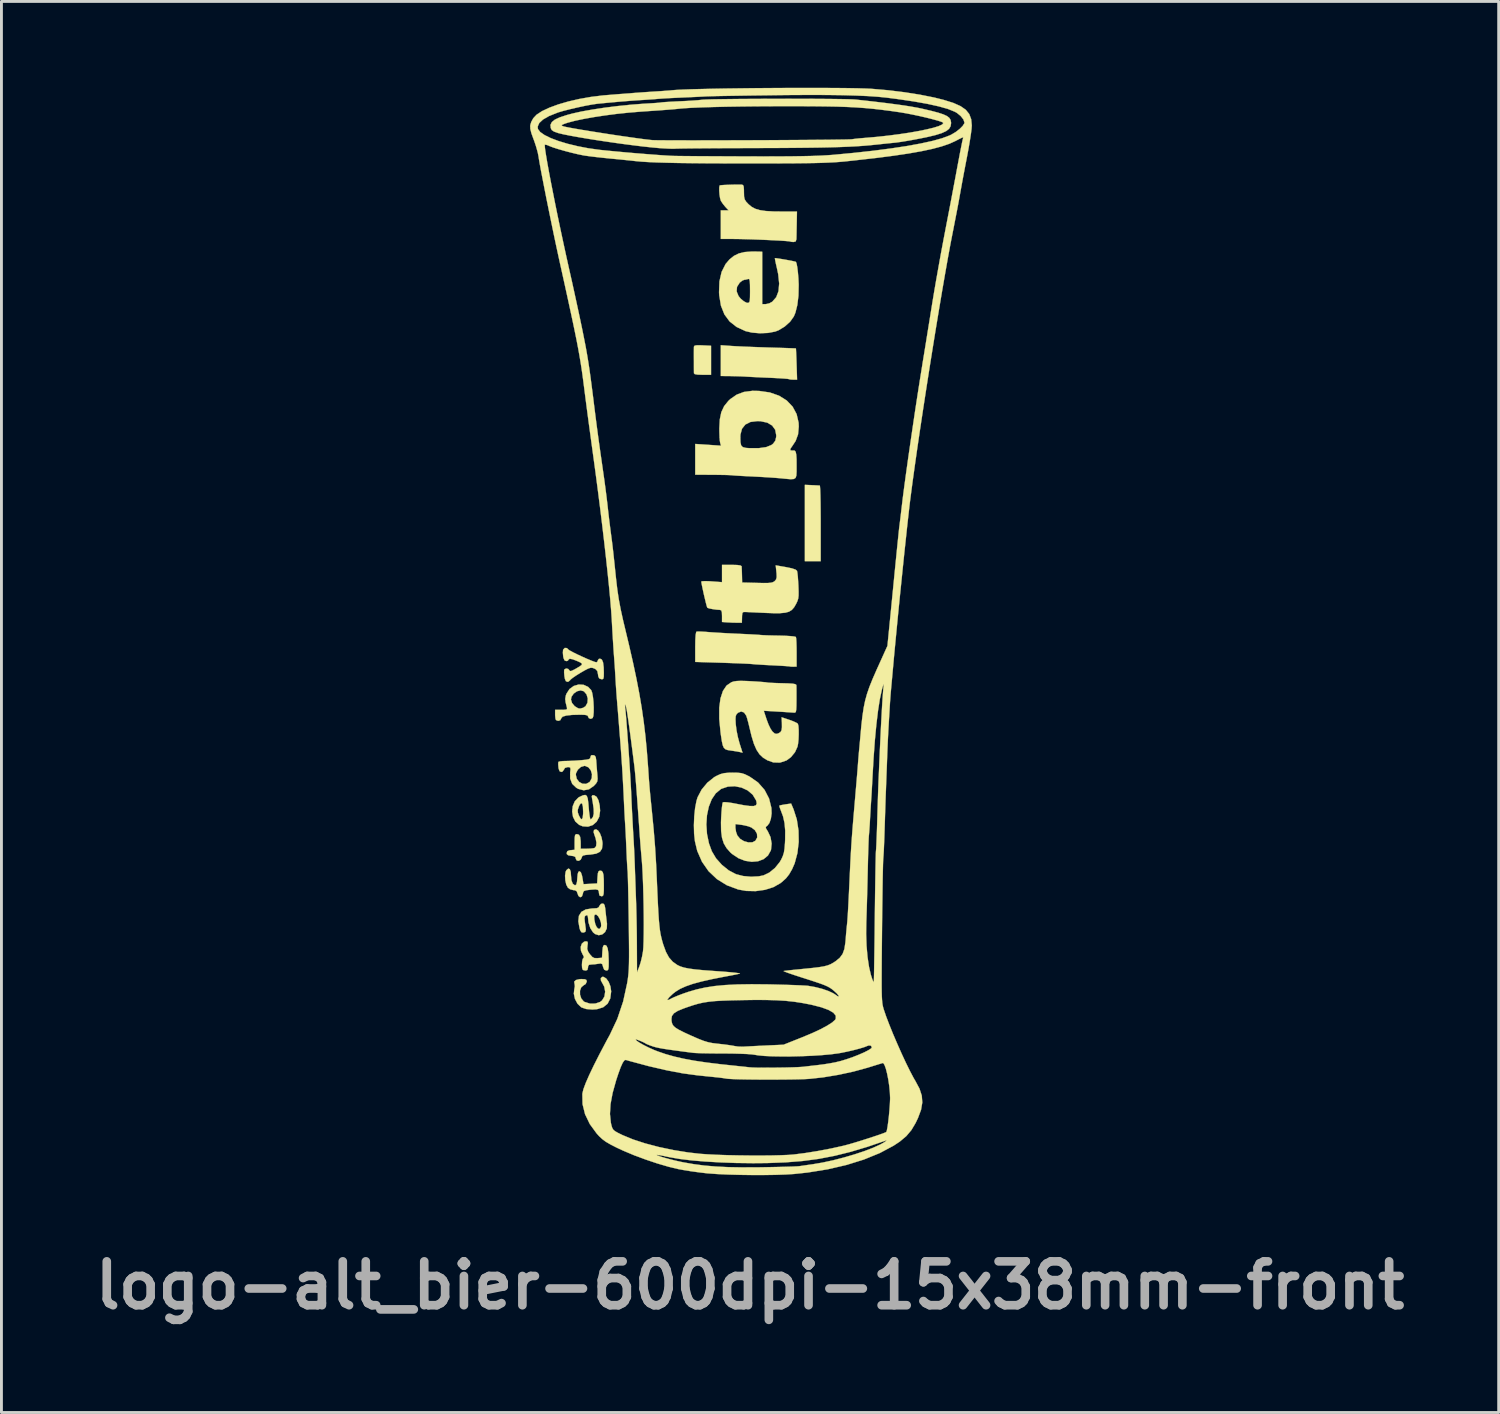
<source format=kicad_pcb>
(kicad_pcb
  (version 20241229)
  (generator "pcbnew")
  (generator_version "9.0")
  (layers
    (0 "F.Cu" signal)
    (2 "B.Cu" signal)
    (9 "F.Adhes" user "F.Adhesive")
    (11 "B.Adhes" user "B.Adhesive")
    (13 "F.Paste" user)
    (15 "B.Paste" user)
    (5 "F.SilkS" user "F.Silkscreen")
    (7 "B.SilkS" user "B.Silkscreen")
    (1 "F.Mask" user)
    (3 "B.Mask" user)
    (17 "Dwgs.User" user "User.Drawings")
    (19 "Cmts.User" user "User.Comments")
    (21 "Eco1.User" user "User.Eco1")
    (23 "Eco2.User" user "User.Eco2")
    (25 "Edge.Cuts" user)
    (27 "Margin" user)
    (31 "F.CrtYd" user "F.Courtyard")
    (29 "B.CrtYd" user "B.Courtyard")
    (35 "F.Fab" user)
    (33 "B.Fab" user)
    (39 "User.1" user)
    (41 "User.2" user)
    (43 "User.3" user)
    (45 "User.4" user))
  (footprint "logo-alt_bier-600dpi-15x38mm-front"
    (layer "F.Cu")
    (at 23.012 18.863)
    (property "Reference" "logo-alt_bier-600dpi-15x38mm-front" (at 0 22.75 0) (layer "F.Fab") (effects (font (size 1.524 1.524) (thickness 0.3))))
    (attr through_hole)
    (fp_poly (pts (xy 2.148 -5.055) (xy 2.286 -5.049) (xy 2.388 -5.043) (xy 2.424 -5.041) (xy 2.431 -4.999) (xy 2.439 -4.884) (xy 2.445 -4.703) (xy 2.45 -4.469) (xy 2.453 -4.191) (xy 2.455 -3.88) (xy 2.455 -3.725) (xy 2.455 -2.413) (xy 1.905 -2.413) (xy 1.905 -5.066) (xy 2.148 -5.055)) (stroke (width 0.01) (type solid)) (fill yes) (layer "F.SilkS"))
    (fp_poly (pts (xy -1.651 -9.913) (xy -1.355 -9.899) (xy -1.355 -8.89) (xy -1.651 -8.89) (xy -1.824 -8.896) (xy -1.921 -8.914) (xy -1.949 -8.943) (xy -1.95 -9.028) (xy -1.951 -9.167) (xy -1.951 -9.338) (xy -1.952 -9.516) (xy -1.952 -9.679) (xy -1.951 -9.803) (xy -1.95 -9.864) (xy -1.933 -9.897) (xy -1.875 -9.914) (xy -1.76 -9.917) (xy -1.651 -9.913)) (stroke (width 0.01) (type solid)) (fill yes) (layer "F.SilkS"))
    (fp_poly (pts (xy -0.624 -9.89) (xy -0.459 -9.881) (xy -0.23 -9.87) (xy 0.043 -9.859) (xy 0.34 -9.848) (xy 0.641 -9.838) (xy 0.677 -9.837) (xy 0.945 -9.829) (xy 1.182 -9.822) (xy 1.376 -9.815) (xy 1.515 -9.81) (xy 1.587 -9.807) (xy 1.593 -9.806) (xy 1.597 -9.764) (xy 1.602 -9.653) (xy 1.609 -9.491) (xy 1.616 -9.291) (xy 1.617 -9.26) (xy 1.634 -8.721) (xy 1.501 -8.721) (xy 1.403 -8.726) (xy 1.349 -8.74) (xy 1.349 -8.74) (xy 1.302 -8.749) (xy 1.186 -8.759) (xy 1.015 -8.77) (xy 0.806 -8.781) (xy 0.696 -8.786) (xy 0.454 -8.796) (xy 0.222 -8.807) (xy 0.024 -8.817) (xy -0.118 -8.825) (xy -0.148 -8.827) (xy -0.3 -8.835) (xy -0.494 -8.841) (xy -0.688 -8.845) (xy -1.016 -8.848) (xy -1.016 -9.918) (xy -0.624 -9.89)) (stroke (width 0.01) (type solid)) (fill yes) (layer "F.SilkS"))
    (fp_poly (pts (xy -5.092 12.03) (xy -4.996 12.088) (xy -4.912 12.206) (xy -4.851 12.361) (xy -4.826 12.531) (xy -4.826 12.539) (xy -4.857 12.78) (xy -4.95 12.963) (xy -5.105 13.088) (xy -5.32 13.154) (xy -5.482 13.165) (xy -5.699 13.147) (xy -5.857 13.091) (xy -5.869 13.084) (xy -5.995 12.964) (xy -6.084 12.797) (xy -6.123 12.614) (xy -6.108 12.47) (xy -6.088 12.359) (xy -6.096 12.277) (xy -6.099 12.272) (xy -6.11 12.196) (xy -6.048 12.14) (xy -5.923 12.11) (xy -5.858 12.107) (xy -5.741 12.113) (xy -5.687 12.137) (xy -5.673 12.19) (xy -5.673 12.193) (xy -5.711 12.277) (xy -5.775 12.318) (xy -5.865 12.392) (xy -5.909 12.511) (xy -5.908 12.649) (xy -5.864 12.782) (xy -5.778 12.884) (xy -5.744 12.904) (xy -5.562 12.96) (xy -5.375 12.958) (xy -5.211 12.902) (xy -5.142 12.85) (xy -5.06 12.714) (xy -5.034 12.545) (xy -5.065 12.373) (xy -5.126 12.26) (xy -5.182 12.157) (xy -5.185 12.074) (xy -5.137 12.03) (xy -5.092 12.03)) (stroke (width 0.01) (type solid)) (fill yes) (layer "F.SilkS"))
    (fp_poly (pts (xy -5.279 6.948) (xy -5.213 7.048) (xy -5.16 7.186) (xy -5.129 7.35) (xy -5.126 7.414) (xy -5.144 7.574) (xy -5.215 7.683) (xy -5.347 7.749) (xy -5.549 7.781) (xy -5.559 7.781) (xy -5.71 7.794) (xy -5.796 7.813) (xy -5.837 7.845) (xy -5.85 7.889) (xy -5.888 7.962) (xy -5.954 7.997) (xy -6.02 7.988) (xy -6.053 7.932) (xy -6.054 7.922) (xy -6.072 7.863) (xy -6.14 7.833) (xy -6.212 7.824) (xy -6.32 7.805) (xy -6.366 7.765) (xy -6.371 7.726) (xy -6.349 7.662) (xy -6.269 7.632) (xy -6.234 7.628) (xy -6.096 7.615) (xy -6.096 7.342) (xy -6.093 7.194) (xy -6.081 7.111) (xy -6.053 7.076) (xy -6.016 7.07) (xy -5.945 7.092) (xy -5.904 7.167) (xy -5.886 7.308) (xy -5.884 7.391) (xy -5.884 7.578) (xy -5.676 7.578) (xy -5.54 7.573) (xy -5.432 7.56) (xy -5.401 7.552) (xy -5.349 7.49) (xy -5.337 7.373) (xy -5.364 7.221) (xy -5.398 7.124) (xy -5.437 7.001) (xy -5.422 6.93) (xy -5.418 6.926) (xy -5.351 6.902) (xy -5.279 6.948)) (stroke (width 0.01) (type solid)) (fill yes) (layer "F.SilkS"))
    (fp_poly (pts (xy -5.672 5.743) (xy -5.639 5.838) (xy -5.618 6.002) (xy -5.607 6.138) (xy -5.591 6.316) (xy -5.572 6.457) (xy -5.553 6.543) (xy -5.542 6.562) (xy -5.497 6.529) (xy -5.458 6.471) (xy -5.431 6.365) (xy -5.434 6.195) (xy -5.467 5.956) (xy -5.487 5.849) (xy -5.5 5.755) (xy -5.479 5.72) (xy -5.415 5.722) (xy -5.331 5.775) (xy -5.266 5.897) (xy -5.224 6.077) (xy -5.21 6.257) (xy -5.24 6.468) (xy -5.329 6.637) (xy -5.463 6.754) (xy -5.629 6.811) (xy -5.814 6.799) (xy -5.937 6.749) (xy -6.069 6.634) (xy -6.151 6.472) (xy -6.181 6.287) (xy -6.175 6.228) (xy -5.988 6.228) (xy -5.984 6.319) (xy -5.951 6.413) (xy -5.892 6.526) (xy -5.847 6.556) (xy -5.816 6.504) (xy -5.801 6.371) (xy -5.8 6.289) (xy -5.808 6.114) (xy -5.833 6.015) (xy -5.871 5.994) (xy -5.921 6.053) (xy -5.949 6.114) (xy -5.988 6.228) (xy -6.175 6.228) (xy -6.161 6.099) (xy -6.09 5.931) (xy -5.968 5.803) (xy -5.928 5.779) (xy -5.808 5.723) (xy -5.726 5.708) (xy -5.672 5.743)) (stroke (width 0.01) (type solid)) (fill yes) (layer "F.SilkS"))
    (fp_poly (pts (xy -5.65 10.806) (xy -5.637 10.856) (xy -5.649 10.946) (xy -5.658 11.062) (xy -5.623 11.161) (xy -5.565 11.245) (xy -5.482 11.339) (xy -5.405 11.378) (xy -5.298 11.379) (xy -5.144 11.367) (xy -5.131 11.144) (xy -5.118 11.011) (xy -5.094 10.944) (xy -5.051 10.922) (xy -5.041 10.922) (xy -4.985 10.952) (xy -4.946 11.045) (xy -4.922 11.207) (xy -4.912 11.446) (xy -4.911 11.525) (xy -4.913 11.677) (xy -4.924 11.764) (xy -4.949 11.802) (xy -4.993 11.811) (xy -4.996 11.811) (xy -5.067 11.783) (xy -5.107 11.688) (xy -5.108 11.68) (xy -5.135 11.591) (xy -5.185 11.564) (xy -5.261 11.574) (xy -5.4 11.593) (xy -5.509 11.599) (xy -5.597 11.612) (xy -5.628 11.665) (xy -5.63 11.705) (xy -5.652 11.79) (xy -5.708 11.811) (xy -5.788 11.797) (xy -5.814 11.783) (xy -5.836 11.72) (xy -5.842 11.614) (xy -5.835 11.499) (xy -5.815 11.409) (xy -5.792 11.378) (xy -5.77 11.342) (xy -5.81 11.263) (xy -5.813 11.259) (xy -5.875 11.124) (xy -5.884 10.989) (xy -5.845 10.876) (xy -5.764 10.807) (xy -5.702 10.795) (xy -5.65 10.806)) (stroke (width 0.01) (type solid)) (fill yes) (layer "F.SilkS"))
    (fp_poly (pts (xy -1.675 0.034) (xy -1.516 0.044) (xy -1.473 0.048) (xy -1.307 0.06) (xy -1.082 0.074) (xy -0.822 0.089) (xy -0.554 0.102) (xy -0.45 0.107) (xy -0.208 0.118) (xy 0.013 0.129) (xy 0.195 0.139) (xy 0.321 0.147) (xy 0.36 0.151) (xy 0.45 0.157) (xy 0.605 0.164) (xy 0.801 0.169) (xy 1.018 0.173) (xy 1.028 0.173) (xy 1.233 0.179) (xy 1.407 0.19) (xy 1.532 0.203) (xy 1.591 0.219) (xy 1.593 0.221) (xy 1.603 0.277) (xy 1.611 0.399) (xy 1.616 0.569) (xy 1.618 0.755) (xy 1.618 1.249) (xy 1.508 1.253) (xy 1.422 1.252) (xy 1.386 1.245) (xy 1.342 1.239) (xy 1.228 1.23) (xy 1.062 1.22) (xy 0.857 1.209) (xy 0.782 1.205) (xy 0.558 1.194) (xy 0.357 1.182) (xy 0.198 1.172) (xy 0.1 1.163) (xy 0.087 1.162) (xy 0.015 1.156) (xy -0.128 1.148) (xy -0.327 1.139) (xy -0.57 1.13) (xy -0.842 1.12) (xy -0.961 1.116) (xy -1.905 1.087) (xy -1.905 0.568) (xy -1.901 0.321) (xy -1.89 0.147) (xy -1.872 0.052) (xy -1.859 0.034) (xy -1.797 0.03) (xy -1.675 0.034)) (stroke (width 0.01) (type solid)) (fill yes) (layer "F.SilkS"))
    (fp_poly (pts (xy -0.302 -15.498) (xy -0.286 -15.497) (xy -0.244 -15.482) (xy -0.221 -15.43) (xy -0.213 -15.321) (xy -0.212 -15.235) (xy -0.208 -15.086) (xy -0.187 -14.988) (xy -0.137 -14.906) (xy -0.053 -14.817) (xy 0.056 -14.726) (xy 0.183 -14.658) (xy 0.342 -14.611) (xy 0.546 -14.581) (xy 0.81 -14.566) (xy 1.092 -14.563) (xy 1.63 -14.563) (xy 1.622 -14.129) (xy 1.618 -13.935) (xy 1.615 -13.766) (xy 1.612 -13.643) (xy 1.611 -13.6) (xy 1.586 -13.524) (xy 1.51 -13.504) (xy 1.426 -13.511) (xy 1.393 -13.522) (xy 1.346 -13.53) (xy 1.228 -13.54) (xy 1.053 -13.552) (xy 0.835 -13.563) (xy 0.589 -13.575) (xy 0.328 -13.586) (xy 0.066 -13.596) (xy -0.183 -13.603) (xy -0.405 -13.608) (xy -0.582 -13.61) (xy -1.016 -13.61) (xy -1.016 -14.605) (xy -0.746 -14.605) (xy -0.855 -14.721) (xy -0.943 -14.829) (xy -1.012 -14.932) (xy -1.015 -14.939) (xy -1.041 -15.025) (xy -1.061 -15.151) (xy -1.071 -15.287) (xy -1.07 -15.403) (xy -1.056 -15.468) (xy -1.054 -15.47) (xy -1.008 -15.478) (xy -0.9 -15.486) (xy -0.752 -15.492) (xy -0.588 -15.497) (xy -0.43 -15.499) (xy -0.302 -15.498)) (stroke (width 0.01) (type solid)) (fill yes) (layer "F.SilkS"))
    (fp_poly (pts (xy -5.084 9.494) (xy -5.054 9.541) (xy -5.033 9.642) (xy -5.022 9.747) (xy -5.003 9.922) (xy -4.983 10.092) (xy -4.971 10.182) (xy -4.977 10.346) (xy -5.038 10.474) (xy -5.137 10.556) (xy -5.258 10.583) (xy -5.384 10.542) (xy -5.455 10.484) (xy -5.552 10.333) (xy -5.614 10.138) (xy -5.63 9.982) (xy -5.637 9.932) (xy -5.416 9.932) (xy -5.409 10.049) (xy -5.408 10.054) (xy -5.377 10.199) (xy -5.328 10.304) (xy -5.271 10.361) (xy -5.219 10.361) (xy -5.18 10.292) (xy -5.173 10.256) (xy -5.18 10.149) (xy -5.219 10.029) (xy -5.277 9.925) (xy -5.34 9.868) (xy -5.359 9.864) (xy -5.401 9.877) (xy -5.416 9.932) (xy -5.637 9.932) (xy -5.642 9.901) (xy -5.684 9.888) (xy -5.699 9.893) (xy -5.74 9.927) (xy -5.752 9.999) (xy -5.741 10.114) (xy -5.723 10.251) (xy -5.708 10.365) (xy -5.705 10.393) (xy -5.724 10.466) (xy -5.786 10.491) (xy -5.852 10.484) (xy -5.896 10.426) (xy -5.924 10.343) (xy -5.967 10.098) (xy -5.946 9.908) (xy -5.86 9.772) (xy -5.707 9.687) (xy -5.487 9.653) (xy -5.438 9.652) (xy -5.318 9.644) (xy -5.258 9.611) (xy -5.237 9.567) (xy -5.183 9.497) (xy -5.131 9.483) (xy -5.084 9.494)) (stroke (width 0.01) (type solid)) (fill yes) (layer "F.SilkS"))
    (fp_poly (pts (xy -6.262 8.29) (xy -6.23 8.385) (xy -6.223 8.493) (xy -6.207 8.671) (xy -6.161 8.793) (xy -6.091 8.846) (xy -6.075 8.848) (xy -6.037 8.819) (xy -6.013 8.727) (xy -6.003 8.604) (xy -5.989 8.458) (xy -5.964 8.381) (xy -5.927 8.361) (xy -5.879 8.397) (xy -5.84 8.509) (xy -5.825 8.585) (xy -5.787 8.809) (xy -5.55 8.797) (xy -5.313 8.784) (xy -5.3 8.562) (xy -5.287 8.429) (xy -5.263 8.362) (xy -5.22 8.34) (xy -5.209 8.34) (xy -5.154 8.351) (xy -5.117 8.396) (xy -5.094 8.485) (xy -5.083 8.633) (xy -5.08 8.851) (xy -5.081 9.031) (xy -5.088 9.143) (xy -5.104 9.202) (xy -5.132 9.225) (xy -5.165 9.229) (xy -5.232 9.203) (xy -5.249 9.125) (xy -5.257 9.047) (xy -5.292 9.005) (xy -5.373 8.991) (xy -5.515 9) (xy -5.557 9.004) (xy -5.693 9.021) (xy -5.767 9.046) (xy -5.799 9.089) (xy -5.808 9.139) (xy -5.843 9.237) (xy -5.903 9.264) (xy -5.962 9.219) (xy -5.99 9.146) (xy -6.025 9.053) (xy -6.091 9.019) (xy -6.135 9.017) (xy -6.252 8.987) (xy -6.329 8.932) (xy -6.386 8.825) (xy -6.419 8.675) (xy -6.428 8.514) (xy -6.408 8.378) (xy -6.381 8.323) (xy -6.314 8.267) (xy -6.262 8.29)) (stroke (width 0.01) (type solid)) (fill yes) (layer "F.SilkS"))
    (fp_poly (pts (xy -5.783 1.882) (xy -5.626 1.955) (xy -5.518 2.069) (xy -5.486 2.158) (xy -5.459 2.303) (xy -5.441 2.48) (xy -5.432 2.665) (xy -5.433 2.835) (xy -5.445 2.967) (xy -5.468 3.035) (xy -5.535 3.066) (xy -5.603 3.04) (xy -5.63 2.98) (xy -5.654 2.946) (xy -5.733 2.927) (xy -5.881 2.921) (xy -5.9 2.921) (xy -6.183 2.928) (xy -6.385 2.95) (xy -6.51 2.988) (xy -6.56 3.042) (xy -6.562 3.054) (xy -6.595 3.114) (xy -6.669 3.135) (xy -6.743 3.107) (xy -6.745 3.104) (xy -6.763 3.047) (xy -6.773 2.942) (xy -6.773 2.914) (xy -6.773 2.752) (xy -6.557 2.752) (xy -6.43 2.749) (xy -6.37 2.735) (xy -6.358 2.699) (xy -6.367 2.656) (xy -6.41 2.483) (xy -6.418 2.392) (xy -6.223 2.392) (xy -6.186 2.513) (xy -6.095 2.624) (xy -5.977 2.696) (xy -5.907 2.709) (xy -5.796 2.68) (xy -5.715 2.625) (xy -5.649 2.505) (xy -5.639 2.357) (xy -5.682 2.214) (xy -5.773 2.108) (xy -5.774 2.107) (xy -5.888 2.076) (xy -6.013 2.107) (xy -6.126 2.186) (xy -6.203 2.296) (xy -6.223 2.392) (xy -6.418 2.392) (xy -6.42 2.358) (xy -6.4 2.248) (xy -6.377 2.189) (xy -6.272 2.028) (xy -6.125 1.922) (xy -5.956 1.872) (xy -5.783 1.882)) (stroke (width 0.01) (type solid)) (fill yes) (layer "F.SilkS"))
    (fp_poly (pts (xy -5.392 4.346) (xy -5.361 4.399) (xy -5.345 4.508) (xy -5.342 4.551) (xy -5.33 4.722) (xy -5.314 4.917) (xy -5.306 5.006) (xy -5.297 5.147) (xy -5.308 5.238) (xy -5.351 5.312) (xy -5.432 5.398) (xy -5.598 5.514) (xy -5.78 5.547) (xy -5.969 5.498) (xy -6.038 5.459) (xy -6.18 5.323) (xy -6.25 5.141) (xy -6.25 5.006) (xy -6.054 5.006) (xy -6.021 5.15) (xy -5.937 5.258) (xy -5.823 5.319) (xy -5.697 5.325) (xy -5.581 5.264) (xy -5.565 5.247) (xy -5.5 5.125) (xy -5.493 4.985) (xy -5.534 4.852) (xy -5.617 4.749) (xy -5.732 4.7) (xy -5.756 4.699) (xy -5.878 4.736) (xy -5.983 4.83) (xy -6.046 4.951) (xy -6.054 5.006) (xy -6.25 5.006) (xy -6.251 4.931) (xy -6.238 4.815) (xy -6.249 4.759) (xy -6.293 4.742) (xy -6.334 4.741) (xy -6.432 4.77) (xy -6.465 4.826) (xy -6.514 4.895) (xy -6.562 4.911) (xy -6.618 4.884) (xy -6.651 4.794) (xy -6.657 4.752) (xy -6.666 4.641) (xy -6.662 4.568) (xy -6.659 4.561) (xy -6.61 4.544) (xy -6.504 4.532) (xy -6.417 4.53) (xy -6.258 4.526) (xy -6.058 4.516) (xy -5.87 4.502) (xy -5.704 4.486) (xy -5.606 4.467) (xy -5.559 4.44) (xy -5.546 4.4) (xy -5.546 4.394) (xy -5.523 4.332) (xy -5.45 4.326) (xy -5.392 4.346)) (stroke (width 0.01) (type solid)) (fill yes) (layer "F.SilkS"))
    (fp_poly (pts (xy -6.362 0.607) (xy -6.32 0.65) (xy -6.272 0.686) (xy -6.164 0.745) (xy -6.016 0.819) (xy -5.846 0.898) (xy -5.675 0.975) (xy -5.519 1.04) (xy -5.4 1.085) (xy -5.336 1.101) (xy -5.297 1.066) (xy -5.292 1.037) (xy -5.257 0.985) (xy -5.212 0.974) (xy -5.15 1.005) (xy -5.108 1.102) (xy -5.086 1.272) (xy -5.08 1.469) (xy -5.083 1.601) (xy -5.097 1.668) (xy -5.131 1.689) (xy -5.175 1.686) (xy -5.243 1.658) (xy -5.275 1.584) (xy -5.283 1.518) (xy -5.307 1.403) (xy -5.369 1.337) (xy -5.42 1.312) (xy -5.484 1.291) (xy -5.547 1.292) (xy -5.627 1.319) (xy -5.745 1.38) (xy -5.887 1.462) (xy -6.039 1.556) (xy -6.162 1.64) (xy -6.238 1.702) (xy -6.252 1.721) (xy -6.308 1.77) (xy -6.349 1.778) (xy -6.4 1.755) (xy -6.433 1.676) (xy -6.45 1.583) (xy -6.461 1.459) (xy -6.459 1.37) (xy -6.453 1.35) (xy -6.391 1.314) (xy -6.316 1.332) (xy -6.281 1.375) (xy -6.254 1.405) (xy -6.199 1.397) (xy -6.097 1.347) (xy -6.06 1.326) (xy -5.918 1.243) (xy -5.846 1.187) (xy -5.841 1.146) (xy -5.899 1.105) (xy -5.991 1.062) (xy -6.16 0.996) (xy -6.264 0.976) (xy -6.306 1.003) (xy -6.308 1.016) (xy -6.343 1.051) (xy -6.387 1.058) (xy -6.445 1.034) (xy -6.481 0.951) (xy -6.493 0.892) (xy -6.504 0.768) (xy -6.497 0.672) (xy -6.494 0.66) (xy -6.437 0.6) (xy -6.362 0.607)) (stroke (width 0.01) (type solid)) (fill yes) (layer "F.SilkS"))
    (fp_poly (pts (xy -0.448 -2.281) (xy -0.337 -2.266) (xy -0.293 -2.239) (xy -0.292 -2.233) (xy -0.289 -2.164) (xy -0.284 -2.041) (xy -0.281 -1.926) (xy -0.275 -1.672) (xy 0.247 -1.659) (xy 0.472 -1.654) (xy 0.627 -1.656) (xy 0.731 -1.666) (xy 0.799 -1.685) (xy 0.847 -1.715) (xy 0.856 -1.722) (xy 0.905 -1.78) (xy 0.925 -1.856) (xy 0.922 -1.977) (xy 0.916 -2.034) (xy 0.892 -2.269) (xy 1.249 -2.207) (xy 1.456 -2.164) (xy 1.583 -2.12) (xy 1.632 -2.078) (xy 1.645 -2.009) (xy 1.66 -1.877) (xy 1.672 -1.703) (xy 1.68 -1.566) (xy 1.687 -1.361) (xy 1.686 -1.217) (xy 1.673 -1.112) (xy 1.645 -1.024) (xy 1.601 -0.931) (xy 1.53 -0.809) (xy 1.452 -0.72) (xy 1.354 -0.659) (xy 1.222 -0.623) (xy 1.043 -0.607) (xy 0.803 -0.607) (xy 0.572 -0.615) (xy 0.34 -0.625) (xy 0.131 -0.635) (xy -0.037 -0.643) (xy -0.146 -0.648) (xy -0.169 -0.649) (xy -0.235 -0.646) (xy -0.267 -0.61) (xy -0.278 -0.519) (xy -0.279 -0.466) (xy -0.284 -0.275) (xy -0.449 -0.275) (xy -0.606 -0.278) (xy -0.773 -0.287) (xy -0.794 -0.288) (xy -0.974 -0.301) (xy -0.974 -0.51) (xy -0.979 -0.639) (xy -1 -0.702) (xy -1.044 -0.721) (xy -1.048 -0.721) (xy -1.171 -0.73) (xy -1.305 -0.749) (xy -1.419 -0.772) (xy -1.482 -0.795) (xy -1.485 -0.798) (xy -1.502 -0.846) (xy -1.532 -0.956) (xy -1.568 -1.106) (xy -1.608 -1.274) (xy -1.644 -1.44) (xy -1.674 -1.583) (xy -1.691 -1.679) (xy -1.694 -1.705) (xy -1.655 -1.717) (xy -1.551 -1.721) (xy -1.401 -1.716) (xy -1.333 -1.711) (xy -0.974 -1.685) (xy -0.974 -2.286) (xy -0.635 -2.286) (xy -0.448 -2.281)) (stroke (width 0.01) (type solid)) (fill yes) (layer "F.SilkS"))
    (fp_poly (pts (xy 0.286 -13.171) (xy 0.423 -13.166) (xy 0.423 -11.345) (xy 0.545 -11.345) (xy 0.667 -11.372) (xy 0.772 -11.429) (xy 0.909 -11.585) (xy 0.989 -11.795) (xy 1.012 -12.062) (xy 0.978 -12.387) (xy 0.934 -12.594) (xy 0.898 -12.751) (xy 0.873 -12.872) (xy 0.863 -12.937) (xy 0.863 -12.943) (xy 0.907 -12.941) (xy 1.01 -12.926) (xy 1.149 -12.904) (xy 1.3 -12.877) (xy 1.44 -12.851) (xy 1.546 -12.828) (xy 1.593 -12.814) (xy 1.594 -12.814) (xy 1.618 -12.751) (xy 1.642 -12.622) (xy 1.663 -12.447) (xy 1.68 -12.244) (xy 1.69 -12.031) (xy 1.69 -12.006) (xy 1.682 -11.64) (xy 1.643 -11.316) (xy 1.576 -11.048) (xy 1.522 -10.918) (xy 1.391 -10.734) (xy 1.204 -10.566) (xy 0.991 -10.437) (xy 0.873 -10.392) (xy 0.625 -10.345) (xy 0.343 -10.333) (xy 0.066 -10.356) (xy -0.157 -10.408) (xy -0.466 -10.551) (xy -0.71 -10.743) (xy -0.891 -10.988) (xy -1.011 -11.29) (xy -1.071 -11.651) (xy -1.077 -11.748) (xy -1.076 -11.787) (xy -0.466 -11.787) (xy -0.399 -11.625) (xy -0.322 -11.532) (xy -0.218 -11.446) (xy -0.122 -11.394) (xy -0.089 -11.388) (xy -0.049 -11.393) (xy -0.023 -11.417) (xy -0.008 -11.478) (xy -0.002 -11.589) (xy -0.000031 -11.765) (xy 0 -11.816) (xy -0.002 -12.01) (xy -0.008 -12.133) (xy -0.02 -12.199) (xy -0.042 -12.222) (xy -0.067 -12.218) (xy -0.164 -12.194) (xy -0.196 -12.192) (xy -0.266 -12.164) (xy -0.354 -12.096) (xy -0.362 -12.088) (xy -0.453 -11.945) (xy -0.466 -11.787) (xy -1.076 -11.787) (xy -1.064 -12.135) (xy -0.988 -12.465) (xy -0.849 -12.74) (xy -0.713 -12.899) (xy -0.559 -13.023) (xy -0.39 -13.106) (xy -0.188 -13.155) (xy 0.065 -13.173) (xy 0.286 -13.171)) (stroke (width 0.01) (type solid)) (fill yes) (layer "F.SilkS"))
    (fp_poly (pts (xy 0.314 -8.329) (xy 0.686 -8.276) (xy 1.007 -8.164) (xy 1.273 -7.998) (xy 1.478 -7.784) (xy 1.618 -7.525) (xy 1.687 -7.226) (xy 1.693 -7.09) (xy 1.668 -6.82) (xy 1.584 -6.591) (xy 1.474 -6.424) (xy 1.405 -6.323) (xy 1.398 -6.27) (xy 1.457 -6.257) (xy 1.51 -6.261) (xy 1.556 -6.253) (xy 1.587 -6.208) (xy 1.606 -6.114) (xy 1.616 -5.958) (xy 1.617 -5.731) (xy 1.617 -5.721) (xy 1.617 -5.522) (xy 1.609 -5.387) (xy 1.581 -5.307) (xy 1.518 -5.269) (xy 1.407 -5.262) (xy 1.234 -5.277) (xy 1.079 -5.293) (xy 0.912 -5.307) (xy 0.686 -5.323) (xy 0.427 -5.339) (xy 0.163 -5.353) (xy 0.085 -5.357) (xy -0.146 -5.368) (xy -0.35 -5.379) (xy -0.511 -5.389) (xy -0.611 -5.397) (xy -0.635 -5.4) (xy -0.699 -5.404) (xy -0.83 -5.409) (xy -1.011 -5.412) (xy -1.226 -5.415) (xy -1.302 -5.415) (xy -1.905 -5.419) (xy -1.905 -6.487) (xy -1.456 -6.457) (xy -1.008 -6.426) (xy -1.037 -6.52) (xy -1.051 -6.603) (xy -1.059 -6.723) (xy -0.338 -6.723) (xy -0.333 -6.546) (xy -0.309 -6.436) (xy -0.253 -6.377) (xy -0.15 -6.35) (xy -0.027 -6.341) (xy 0.304 -6.341) (xy 0.56 -6.377) (xy 0.74 -6.449) (xy 0.801 -6.496) (xy 0.878 -6.601) (xy 0.908 -6.73) (xy 0.91 -6.791) (xy 0.874 -6.981) (xy 0.767 -7.128) (xy 0.596 -7.228) (xy 0.364 -7.277) (xy 0.253 -7.281) (xy 0.015 -7.251) (xy -0.163 -7.162) (xy -0.28 -7.015) (xy -0.334 -6.811) (xy -0.338 -6.723) (xy -1.059 -6.723) (xy -1.061 -6.746) (xy -1.067 -6.925) (xy -1.068 -7.024) (xy -1.051 -7.339) (xy -0.998 -7.592) (xy -0.9 -7.801) (xy -0.752 -7.984) (xy -0.686 -8.046) (xy -0.464 -8.2) (xy -0.213 -8.294) (xy 0.084 -8.333) (xy 0.314 -8.329)) (stroke (width 0.01) (type solid)) (fill yes) (layer "F.SilkS"))
    (fp_poly (pts (xy -0.122 1.75) (xy 0.039 1.758) (xy 0.243 1.77) (xy 0.415 1.783) (xy 0.538 1.793) (xy 0.595 1.802) (xy 0.596 1.802) (xy 0.646 1.809) (xy 0.762 1.815) (xy 0.928 1.822) (xy 1.115 1.827) (xy 1.33 1.833) (xy 1.475 1.842) (xy 1.561 1.857) (xy 1.602 1.878) (xy 1.611 1.903) (xy 1.612 1.971) (xy 1.613 2.103) (xy 1.613 2.277) (xy 1.613 2.413) (xy 1.611 2.612) (xy 1.605 2.741) (xy 1.593 2.814) (xy 1.571 2.845) (xy 1.538 2.85) (xy 1.538 2.85) (xy 1.467 2.845) (xy 1.332 2.836) (xy 1.153 2.824) (xy 0.97 2.813) (xy 0.477 2.784) (xy 0.579 3.096) (xy 0.642 3.262) (xy 0.713 3.409) (xy 0.778 3.505) (xy 0.783 3.511) (xy 0.863 3.578) (xy 0.931 3.587) (xy 0.993 3.565) (xy 1.058 3.524) (xy 1.094 3.462) (xy 1.108 3.358) (xy 1.106 3.192) (xy 1.104 3.167) (xy 1.097 3.01) (xy 1.363 3.099) (xy 1.504 3.151) (xy 1.612 3.201) (xy 1.661 3.235) (xy 1.68 3.308) (xy 1.69 3.44) (xy 1.691 3.605) (xy 1.684 3.778) (xy 1.668 3.933) (xy 1.649 4.031) (xy 1.562 4.223) (xy 1.422 4.395) (xy 1.269 4.509) (xy 1.04 4.586) (xy 0.81 4.579) (xy 0.603 4.506) (xy 0.453 4.414) (xy 0.329 4.297) (xy 0.226 4.142) (xy 0.136 3.937) (xy 0.054 3.67) (xy -0.02 3.365) (xy -0.06 3.199) (xy -0.101 3.05) (xy -0.132 2.954) (xy -0.208 2.845) (xy -0.308 2.809) (xy -0.417 2.852) (xy -0.431 2.864) (xy -0.476 2.914) (xy -0.499 2.977) (xy -0.505 3.076) (xy -0.498 3.234) (xy -0.496 3.26) (xy -0.47 3.466) (xy -0.423 3.7) (xy -0.367 3.909) (xy -0.261 4.241) (xy -0.353 4.218) (xy -0.447 4.2) (xy -0.586 4.178) (xy -0.67 4.166) (xy -0.778 4.149) (xy -0.855 4.122) (xy -0.91 4.071) (xy -0.949 3.982) (xy -0.98 3.842) (xy -1.011 3.638) (xy -1.026 3.526) (xy -1.07 3.07) (xy -1.07 2.678) (xy -1.027 2.353) (xy -0.942 2.095) (xy -0.816 1.908) (xy -0.648 1.793) (xy -0.563 1.765) (xy -0.459 1.75) (xy -0.318 1.745) (xy -0.122 1.75)) (stroke (width 0.01) (type solid)) (fill yes) (layer "F.SilkS"))
    (fp_poly (pts (xy -0.432 4.937) (xy -0.3 4.952) (xy -0.183 4.989) (xy -0.046 5.056) (xy -0.007 5.077) (xy 0.28 5.278) (xy 0.505 5.534) (xy 0.661 5.835) (xy 0.742 6.161) (xy 0.749 6.351) (xy 0.724 6.534) (xy 0.673 6.684) (xy 0.602 6.777) (xy 0.597 6.781) (xy 0.551 6.816) (xy 0.548 6.859) (xy 0.591 6.934) (xy 0.617 6.973) (xy 0.711 7.173) (xy 0.75 7.397) (xy 0.729 7.611) (xy 0.721 7.638) (xy 0.622 7.815) (xy 0.47 7.94) (xy 0.278 8.013) (xy 0.059 8.032) (xy -0.173 7.997) (xy -0.404 7.907) (xy -0.621 7.762) (xy -0.683 7.707) (xy -0.817 7.555) (xy -0.913 7.391) (xy -0.974 7.199) (xy -1.005 6.963) (xy -1.007 6.855) (xy -0.508 6.855) (xy -0.487 6.991) (xy -0.442 7.117) (xy -0.346 7.233) (xy -0.21 7.316) (xy -0.058 7.358) (xy 0.085 7.354) (xy 0.187 7.299) (xy 0.249 7.186) (xy 0.241 7.057) (xy 0.169 6.933) (xy 0.048 6.84) (xy -0.066 6.797) (xy -0.218 6.761) (xy -0.29 6.749) (xy -0.508 6.72) (xy -0.508 6.855) (xy -1.007 6.855) (xy -1.01 6.668) (xy -1.004 6.505) (xy -0.992 6.306) (xy -0.977 6.137) (xy -0.96 6.017) (xy -0.945 5.965) (xy -0.889 5.958) (xy -0.77 5.967) (xy -0.604 5.992) (xy -0.486 6.015) (xy -0.211 6.067) (xy -0.01 6.094) (xy 0.125 6.095) (xy 0.203 6.069) (xy 0.232 6.014) (xy 0.219 5.928) (xy 0.205 5.888) (xy 0.091 5.7) (xy -0.081 5.553) (xy -0.294 5.454) (xy -0.529 5.407) (xy -0.769 5.419) (xy -0.994 5.495) (xy -1.015 5.507) (xy -1.191 5.652) (xy -1.332 5.86) (xy -1.434 6.12) (xy -1.497 6.416) (xy -1.518 6.736) (xy -1.496 7.066) (xy -1.428 7.392) (xy -1.328 7.666) (xy -1.182 7.911) (xy -0.977 8.14) (xy -0.739 8.331) (xy -0.49 8.462) (xy -0.487 8.463) (xy -0.242 8.526) (xy 0.035 8.551) (xy 0.305 8.537) (xy 0.472 8.502) (xy 0.674 8.404) (xy 0.868 8.244) (xy 1.032 8.041) (xy 1.088 7.943) (xy 1.141 7.827) (xy 1.177 7.71) (xy 1.199 7.569) (xy 1.214 7.378) (xy 1.219 7.272) (xy 1.222 6.952) (xy 1.199 6.688) (xy 1.147 6.455) (xy 1.072 6.254) (xy 1.033 6.152) (xy 1.018 6.088) (xy 1.02 6.08) (xy 1.069 6.065) (xy 1.172 6.046) (xy 1.232 6.036) (xy 1.427 6.008) (xy 1.513 6.211) (xy 1.625 6.56) (xy 1.684 6.945) (xy 1.691 7.341) (xy 1.646 7.728) (xy 1.551 8.083) (xy 1.462 8.288) (xy 1.356 8.471) (xy 1.246 8.609) (xy 1.103 8.737) (xy 1.049 8.779) (xy 0.809 8.914) (xy 0.517 9.006) (xy 0.195 9.051) (xy -0.133 9.044) (xy -0.412 8.994) (xy -0.806 8.847) (xy -1.151 8.633) (xy -1.441 8.359) (xy -1.67 8.03) (xy -1.835 7.653) (xy -1.915 7.319) (xy -1.944 7.055) (xy -1.951 6.758) (xy -1.939 6.452) (xy -1.909 6.164) (xy -1.862 5.918) (xy -1.824 5.793) (xy -1.683 5.524) (xy -1.483 5.282) (xy -1.247 5.093) (xy -1.169 5.049) (xy -1.035 4.987) (xy -0.904 4.952) (xy -0.745 4.937) (xy -0.614 4.934) (xy -0.432 4.937)) (stroke (width 0.01) (type solid)) (fill yes) (layer "F.SilkS"))
    (fp_poly (pts (xy 1.75 -18.48) (xy 2.147 -18.479) (xy 2.518 -18.477) (xy 2.854 -18.474) (xy 3.146 -18.47) (xy 3.384 -18.466) (xy 3.559 -18.46) (xy 3.662 -18.454) (xy 4.25 -18.389) (xy 4.758 -18.328) (xy 5.188 -18.271) (xy 5.544 -18.218) (xy 5.83 -18.167) (xy 5.969 -18.138) (xy 6.289 -18.063) (xy 6.536 -17.998) (xy 6.718 -17.938) (xy 6.845 -17.879) (xy 6.925 -17.816) (xy 6.968 -17.745) (xy 6.984 -17.661) (xy 6.985 -17.632) (xy 6.969 -17.526) (xy 6.914 -17.436) (xy 6.814 -17.358) (xy 6.659 -17.287) (xy 6.441 -17.219) (xy 6.152 -17.15) (xy 5.94 -17.107) (xy 5.696 -17.06) (xy 5.458 -17.018) (xy 5.249 -16.984) (xy 5.093 -16.962) (xy 5.059 -16.958) (xy 4.897 -16.942) (xy 4.689 -16.921) (xy 4.471 -16.897) (xy 4.403 -16.89) (xy 4.177 -16.867) (xy 3.945 -16.847) (xy 3.697 -16.83) (xy 3.427 -16.816) (xy 3.126 -16.804) (xy 2.788 -16.794) (xy 2.404 -16.786) (xy 1.968 -16.78) (xy 1.47 -16.775) (xy 0.905 -16.771) (xy 0.264 -16.769) (xy 0.152 -16.769) (xy -0.317 -16.767) (xy -0.763 -16.766) (xy -1.178 -16.764) (xy -1.554 -16.761) (xy -1.884 -16.759) (xy -2.161 -16.756) (xy -2.376 -16.753) (xy -2.524 -16.75) (xy -2.595 -16.748) (xy -2.6 -16.747) (xy -2.677 -16.744) (xy -2.817 -16.748) (xy -2.998 -16.757) (xy -3.154 -16.767) (xy -3.423 -16.792) (xy -3.742 -16.826) (xy -4.097 -16.87) (xy -4.474 -16.919) (xy -4.862 -16.974) (xy -5.246 -17.031) (xy -5.614 -17.089) (xy -5.953 -17.146) (xy -6.248 -17.199) (xy -6.488 -17.247) (xy -6.659 -17.288) (xy -6.678 -17.294) (xy -6.815 -17.343) (xy -6.891 -17.395) (xy -6.926 -17.467) (xy -6.927 -17.471) (xy -6.931 -17.55) (xy -6.547 -17.55) (xy -6.494 -17.525) (xy -6.418 -17.506) (xy -6.269 -17.476) (xy -6.061 -17.439) (xy -5.806 -17.395) (xy -5.515 -17.348) (xy -5.2 -17.298) (xy -4.874 -17.247) (xy -4.548 -17.198) (xy -4.235 -17.153) (xy -3.947 -17.112) (xy -3.696 -17.078) (xy -3.493 -17.054) (xy -3.408 -17.045) (xy -3.331 -17.042) (xy -3.179 -17.039) (xy -2.96 -17.038) (xy -2.681 -17.036) (xy -2.351 -17.036) (xy -1.977 -17.035) (xy -1.567 -17.036) (xy -1.129 -17.036) (xy -0.67 -17.038) (xy -0.2 -17.039) (xy 0.275 -17.041) (xy 0.746 -17.043) (xy 1.206 -17.046) (xy 1.646 -17.049) (xy 2.059 -17.052) (xy 2.437 -17.055) (xy 2.772 -17.058) (xy 3.057 -17.062) (xy 3.282 -17.065) (xy 3.441 -17.069) (xy 3.525 -17.073) (xy 3.535 -17.074) (xy 3.638 -17.088) (xy 3.795 -17.105) (xy 3.974 -17.12) (xy 4 -17.122) (xy 4.403 -17.157) (xy 4.798 -17.2) (xy 5.177 -17.249) (xy 5.532 -17.302) (xy 5.855 -17.359) (xy 6.139 -17.417) (xy 6.374 -17.474) (xy 6.554 -17.53) (xy 6.67 -17.583) (xy 6.714 -17.631) (xy 6.704 -17.655) (xy 6.644 -17.683) (xy 6.516 -17.724) (xy 6.337 -17.773) (xy 6.123 -17.827) (xy 5.889 -17.881) (xy 5.652 -17.931) (xy 5.427 -17.975) (xy 5.23 -18.008) (xy 5.228 -18.009) (xy 4.888 -18.058) (xy 4.575 -18.098) (xy 4.279 -18.132) (xy 3.986 -18.159) (xy 3.684 -18.181) (xy 3.363 -18.197) (xy 3.01 -18.209) (xy 2.613 -18.216) (xy 2.16 -18.221) (xy 1.639 -18.223) (xy 1.397 -18.223) (xy 0.792 -18.222) (xy 0.214 -18.219) (xy -0.33 -18.213) (xy -0.833 -18.205) (xy -1.287 -18.194) (xy -1.684 -18.182) (xy -2.018 -18.168) (xy -2.28 -18.152) (xy -2.434 -18.139) (xy -2.559 -18.126) (xy -2.717 -18.112) (xy -2.918 -18.096) (xy -3.174 -18.077) (xy -3.495 -18.055) (xy -3.81 -18.033) (xy -4.212 -18) (xy -4.624 -17.957) (xy -5.031 -17.904) (xy -5.419 -17.845) (xy -5.774 -17.782) (xy -6.082 -17.717) (xy -6.33 -17.652) (xy -6.457 -17.609) (xy -6.538 -17.573) (xy -6.547 -17.55) (xy -6.931 -17.55) (xy -6.933 -17.578) (xy -6.887 -17.671) (xy -6.782 -17.756) (xy -6.612 -17.835) (xy -6.369 -17.915) (xy -6.16 -17.971) (xy -5.848 -18.04) (xy -5.471 -18.107) (xy -5.05 -18.171) (xy -4.605 -18.227) (xy -4.155 -18.273) (xy -3.721 -18.307) (xy -3.619 -18.313) (xy -3.421 -18.325) (xy -3.255 -18.336) (xy -3.139 -18.346) (xy -3.09 -18.353) (xy -3.09 -18.353) (xy -3.042 -18.359) (xy -2.925 -18.368) (xy -2.754 -18.378) (xy -2.544 -18.389) (xy -2.433 -18.394) (xy -2.202 -18.405) (xy -1.993 -18.418) (xy -1.825 -18.43) (xy -1.717 -18.441) (xy -1.693 -18.444) (xy -1.619 -18.451) (xy -1.47 -18.457) (xy -1.254 -18.463) (xy -0.981 -18.467) (xy -0.661 -18.471) (xy -0.302 -18.475) (xy 0.087 -18.477) (xy 0.495 -18.479) (xy 0.915 -18.48) (xy 1.336 -18.481) (xy 1.75 -18.48)) (stroke (width 0.01) (type solid)) (fill yes) (layer "F.SilkS"))
    (fp_poly (pts (xy 2.58 -18.857) (xy 3.008 -18.855) (xy 3.394 -18.851) (xy 3.729 -18.845) (xy 4.003 -18.837) (xy 4.208 -18.828) (xy 4.233 -18.826) (xy 4.801 -18.777) (xy 5.365 -18.708) (xy 5.903 -18.623) (xy 6.395 -18.525) (xy 6.734 -18.44) (xy 7.063 -18.337) (xy 7.314 -18.225) (xy 7.496 -18.098) (xy 7.617 -17.949) (xy 7.684 -17.77) (xy 7.705 -17.555) (xy 7.705 -17.552) (xy 7.697 -17.438) (xy 7.674 -17.259) (xy 7.639 -17.031) (xy 7.595 -16.77) (xy 7.544 -16.495) (xy 7.537 -16.459) (xy 7.481 -16.168) (xy 7.425 -15.875) (xy 7.374 -15.602) (xy 7.332 -15.369) (xy 7.301 -15.198) (xy 7.301 -15.198) (xy 7.272 -15.034) (xy 7.23 -14.807) (xy 7.178 -14.535) (xy 7.12 -14.237) (xy 7.061 -13.933) (xy 7.043 -13.843) (xy 6.963 -13.432) (xy 6.874 -12.947) (xy 6.777 -12.399) (xy 6.673 -11.798) (xy 6.565 -11.155) (xy 6.453 -10.479) (xy 6.34 -9.781) (xy 6.227 -9.072) (xy 6.116 -8.361) (xy 6.008 -7.659) (xy 5.905 -6.977) (xy 5.809 -6.324) (xy 5.722 -5.712) (xy 5.644 -5.149) (xy 5.578 -4.647) (xy 5.568 -4.572) (xy 5.538 -4.324) (xy 5.502 -4.003) (xy 5.459 -3.62) (xy 5.413 -3.185) (xy 5.362 -2.712) (xy 5.31 -2.209) (xy 5.257 -1.69) (xy 5.203 -1.163) (xy 5.151 -0.642) (xy 5.102 -0.137) (xy 5.056 0.341) (xy 5.014 0.781) (xy 4.996 0.974) (xy 4.97 1.263) (xy 4.945 1.537) (xy 4.923 1.779) (xy 4.905 1.974) (xy 4.893 2.107) (xy 4.89 2.138) (xy 4.879 2.278) (xy 4.865 2.469) (xy 4.852 2.678) (xy 4.848 2.752) (xy 4.834 2.977) (xy 4.82 3.217) (xy 4.808 3.428) (xy 4.805 3.471) (xy 4.797 3.633) (xy 4.786 3.853) (xy 4.775 4.105) (xy 4.765 4.363) (xy 4.763 4.424) (xy 4.753 4.704) (xy 4.741 5.009) (xy 4.73 5.303) (xy 4.721 5.55) (xy 4.72 5.567) (xy 4.712 5.778) (xy 4.703 6.049) (xy 4.693 6.354) (xy 4.683 6.669) (xy 4.675 6.921) (xy 4.666 7.191) (xy 4.656 7.441) (xy 4.647 7.654) (xy 4.637 7.817) (xy 4.63 7.911) (xy 4.629 7.916) (xy 4.625 7.985) (xy 4.62 8.131) (xy 4.615 8.345) (xy 4.609 8.619) (xy 4.604 8.945) (xy 4.599 9.316) (xy 4.593 9.722) (xy 4.588 10.156) (xy 4.585 10.477) (xy 4.58 10.991) (xy 4.576 11.428) (xy 4.574 11.794) (xy 4.573 12.097) (xy 4.573 12.345) (xy 4.575 12.544) (xy 4.579 12.701) (xy 4.586 12.825) (xy 4.594 12.923) (xy 4.605 13) (xy 4.619 13.066) (xy 4.635 13.126) (xy 4.647 13.166) (xy 4.729 13.406) (xy 4.84 13.696) (xy 4.971 14.02) (xy 5.117 14.36) (xy 5.268 14.7) (xy 5.418 15.022) (xy 5.559 15.308) (xy 5.683 15.543) (xy 5.747 15.652) (xy 5.888 15.916) (xy 5.967 16.158) (xy 5.985 16.396) (xy 5.942 16.648) (xy 5.836 16.932) (xy 5.755 17.103) (xy 5.607 17.353) (xy 5.429 17.564) (xy 5.201 17.755) (xy 4.986 17.897) (xy 4.508 18.152) (xy 3.96 18.376) (xy 3.353 18.565) (xy 2.697 18.717) (xy 2.002 18.829) (xy 1.524 18.88) (xy 1.233 18.898) (xy 0.879 18.91) (xy 0.481 18.916) (xy 0.06 18.916) (xy -0.364 18.91) (xy -0.77 18.899) (xy -1.137 18.882) (xy -1.446 18.86) (xy -1.503 18.855) (xy -1.765 18.824) (xy -2.049 18.785) (xy -2.316 18.742) (xy -2.494 18.709) (xy -2.835 18.627) (xy -3.224 18.513) (xy -3.634 18.375) (xy -4.039 18.224) (xy -4.056 18.217) (xy -3.245 18.217) (xy -3.218 18.237) (xy -3.124 18.27) (xy -2.982 18.314) (xy -2.806 18.362) (xy -2.615 18.41) (xy -2.424 18.453) (xy -2.307 18.477) (xy -1.949 18.539) (xy -1.583 18.587) (xy -1.195 18.62) (xy -0.771 18.641) (xy -0.294 18.65) (xy 0.249 18.649) (xy 0.381 18.647) (xy 0.699 18.641) (xy 0.994 18.635) (xy 1.255 18.628) (xy 1.469 18.622) (xy 1.625 18.615) (xy 1.709 18.609) (xy 1.714 18.608) (xy 1.818 18.593) (xy 1.974 18.57) (xy 2.151 18.545) (xy 2.18 18.541) (xy 2.52 18.483) (xy 2.886 18.404) (xy 3.261 18.307) (xy 3.629 18.199) (xy 3.973 18.085) (xy 4.278 17.968) (xy 4.526 17.855) (xy 4.658 17.781) (xy 4.728 17.731) (xy 4.739 17.712) (xy 4.72 17.717) (xy 4.083 17.934) (xy 3.494 18.11) (xy 2.934 18.249) (xy 2.383 18.355) (xy 1.822 18.429) (xy 1.23 18.476) (xy 0.59 18.5) (xy 0.106 18.504) (xy -0.479 18.497) (xy -1.038 18.477) (xy -1.56 18.447) (xy -2.033 18.407) (xy -2.446 18.357) (xy -2.788 18.298) (xy -2.842 18.287) (xy -3.011 18.251) (xy -3.147 18.226) (xy -3.229 18.215) (xy -3.245 18.217) (xy -4.056 18.217) (xy -4.413 18.067) (xy -4.636 17.963) (xy -4.851 17.853) (xy -5.009 17.761) (xy -5.132 17.67) (xy -5.243 17.567) (xy -5.33 17.471) (xy -5.569 17.144) (xy -5.733 16.802) (xy -5.735 16.795) (xy -4.868 16.795) (xy -4.837 17.096) (xy -4.82 17.174) (xy -4.793 17.267) (xy -4.758 17.334) (xy -4.697 17.389) (xy -4.593 17.449) (xy -4.43 17.529) (xy -4.428 17.53) (xy -4.067 17.679) (xy -3.64 17.818) (xy -3.165 17.943) (xy -2.66 18.049) (xy -2.145 18.132) (xy -1.732 18.179) (xy -1.471 18.197) (xy -1.153 18.213) (xy -0.794 18.225) (xy -0.41 18.233) (xy -0.017 18.238) (xy 0.369 18.239) (xy 0.733 18.236) (xy 1.059 18.228) (xy 1.33 18.217) (xy 1.515 18.203) (xy 1.915 18.152) (xy 2.358 18.081) (xy 2.807 17.996) (xy 3.227 17.903) (xy 3.303 17.884) (xy 3.451 17.844) (xy 3.639 17.789) (xy 3.851 17.724) (xy 4.071 17.654) (xy 4.283 17.585) (xy 4.472 17.522) (xy 4.62 17.469) (xy 4.713 17.432) (xy 4.735 17.42) (xy 4.754 17.364) (xy 4.777 17.242) (xy 4.801 17.072) (xy 4.824 16.874) (xy 4.843 16.666) (xy 4.858 16.466) (xy 4.866 16.293) (xy 4.867 16.235) (xy 4.858 16.032) (xy 4.836 15.814) (xy 4.803 15.596) (xy 4.763 15.393) (xy 4.719 15.22) (xy 4.673 15.094) (xy 4.631 15.029) (xy 4.611 15.024) (xy 4.548 15.043) (xy 4.423 15.081) (xy 4.255 15.133) (xy 4.088 15.185) (xy 3.599 15.319) (xy 3.07 15.434) (xy 2.54 15.522) (xy 2.074 15.573) (xy 1.911 15.583) (xy 1.689 15.59) (xy 1.421 15.595) (xy 1.121 15.598) (xy 0.802 15.6) (xy 0.478 15.6) (xy 0.161 15.598) (xy -0.134 15.594) (xy -0.395 15.589) (xy -0.608 15.582) (xy -0.76 15.573) (xy -0.826 15.565) (xy -0.946 15.546) (xy -1.1 15.526) (xy -1.164 15.52) (xy -1.297 15.506) (xy -1.485 15.487) (xy -1.699 15.465) (xy -1.841 15.45) (xy -2.342 15.382) (xy -2.905 15.275) (xy -3.522 15.132) (xy -4.182 14.955) (xy -4.32 14.915) (xy -4.368 14.933) (xy -4.425 15.016) (xy -4.495 15.169) (xy -4.578 15.397) (xy -4.652 15.621) (xy -4.776 16.066) (xy -4.848 16.454) (xy -4.868 16.795) (xy -5.735 16.795) (xy -5.82 16.453) (xy -5.827 16.106) (xy -5.823 16.072) (xy -5.788 15.928) (xy -5.709 15.717) (xy -5.589 15.442) (xy -5.429 15.107) (xy -5.232 14.718) (xy -5 14.277) (xy -4.96 14.203) (xy -3.979 14.203) (xy -3.943 14.248) (xy -3.844 14.316) (xy -3.7 14.398) (xy -3.527 14.485) (xy -3.341 14.568) (xy -3.217 14.617) (xy -2.935 14.714) (xy -2.633 14.799) (xy -2.302 14.875) (xy -1.93 14.944) (xy -1.505 15.007) (xy -1.015 15.067) (xy -0.572 15.114) (xy -0.374 15.135) (xy -0.201 15.153) (xy -0.074 15.167) (xy -0.021 15.173) (xy 0.079 15.18) (xy 0.245 15.185) (xy 0.462 15.187) (xy 0.71 15.186) (xy 0.974 15.184) (xy 1.234 15.18) (xy 1.474 15.174) (xy 1.676 15.166) (xy 1.822 15.157) (xy 1.863 15.153) (xy 2.061 15.129) (xy 2.274 15.105) (xy 2.392 15.091) (xy 2.57 15.068) (xy 2.781 15.034) (xy 2.959 15.001) (xy 3.148 14.955) (xy 3.359 14.891) (xy 3.576 14.815) (xy 3.785 14.733) (xy 3.97 14.652) (xy 4.116 14.577) (xy 4.208 14.516) (xy 4.233 14.48) (xy 4.201 14.421) (xy 4.123 14.413) (xy 4.071 14.432) (xy 3.971 14.471) (xy 3.81 14.52) (xy 3.61 14.573) (xy 3.391 14.624) (xy 3.178 14.668) (xy 3.069 14.687) (xy 2.812 14.721) (xy 2.505 14.749) (xy 2.166 14.771) (xy 1.807 14.786) (xy 1.446 14.795) (xy 1.097 14.796) (xy 0.776 14.791) (xy 0.498 14.778) (xy 0.277 14.757) (xy 0.164 14.738) (xy 0.062 14.724) (xy -0.108 14.711) (xy -0.33 14.702) (xy -0.588 14.695) (xy -0.865 14.692) (xy -0.915 14.692) (xy -1.192 14.691) (xy -1.45 14.688) (xy -1.674 14.684) (xy -1.848 14.678) (xy -1.956 14.672) (xy -1.968 14.671) (xy -2.33 14.624) (xy -2.617 14.585) (xy -2.843 14.554) (xy -3.016 14.527) (xy -3.149 14.503) (xy -3.251 14.481) (xy -3.334 14.459) (xy -3.365 14.45) (xy -3.494 14.405) (xy -3.59 14.366) (xy -3.619 14.35) (xy -3.682 14.314) (xy -3.777 14.27) (xy -3.877 14.23) (xy -3.954 14.204) (xy -3.979 14.203) (xy -4.96 14.203) (xy -4.868 14.034) (xy -4.62 13.507) (xy -2.733 13.507) (xy -2.721 13.601) (xy -2.7 13.674) (xy -2.657 13.738) (xy -2.583 13.802) (xy -2.466 13.873) (xy -2.293 13.96) (xy -2.055 14.069) (xy -2.026 14.082) (xy -1.795 14.183) (xy -1.615 14.253) (xy -1.462 14.3) (xy -1.31 14.331) (xy -1.134 14.353) (xy -1.101 14.356) (xy -0.906 14.378) (xy -0.726 14.402) (xy -0.589 14.424) (xy -0.55 14.432) (xy -0.415 14.452) (xy -0.252 14.457) (xy -0.191 14.454) (xy -0.067 14.447) (xy 0.117 14.437) (xy 0.338 14.426) (xy 0.572 14.415) (xy 0.593 14.414) (xy 1.164 14.388) (xy 1.815 14.129) (xy 2.155 13.987) (xy 2.447 13.851) (xy 2.682 13.725) (xy 2.855 13.614) (xy 2.957 13.521) (xy 2.978 13.485) (xy 2.978 13.378) (xy 2.894 13.275) (xy 2.728 13.179) (xy 2.481 13.088) (xy 2.154 13.004) (xy 2.124 12.997) (xy 1.828 12.94) (xy 1.539 12.895) (xy 1.241 12.863) (xy 0.919 12.843) (xy 0.556 12.833) (xy 0.137 12.832) (xy -0.258 12.838) (xy -0.641 12.846) (xy -0.953 12.857) (xy -1.21 12.871) (xy -1.426 12.893) (xy -1.617 12.922) (xy -1.796 12.962) (xy -1.978 13.015) (xy -2.178 13.082) (xy -2.305 13.127) (xy -2.512 13.212) (xy -2.645 13.296) (xy -2.715 13.39) (xy -2.733 13.507) (xy -4.62 13.507) (xy -4.608 13.48) (xy -4.409 12.886) (xy -4.271 12.255) (xy -4.25 12.128) (xy -4.234 12.005) (xy -4.221 11.875) (xy -4.212 11.727) (xy -4.207 11.552) (xy -4.204 11.339) (xy -4.204 11.078) (xy -4.207 10.759) (xy -4.211 10.37) (xy -4.214 10.139) (xy -4.22 9.768) (xy -4.226 9.42) (xy -4.232 9.104) (xy -4.238 8.831) (xy -4.244 8.611) (xy -4.249 8.453) (xy -4.253 8.368) (xy -4.254 8.361) (xy -4.262 8.273) (xy -4.271 8.12) (xy -4.282 7.921) (xy -4.292 7.695) (xy -4.295 7.62) (xy -4.306 7.372) (xy -4.317 7.129) (xy -4.328 6.914) (xy -4.338 6.754) (xy -4.339 6.731) (xy -4.349 6.574) (xy -4.361 6.362) (xy -4.373 6.127) (xy -4.381 5.948) (xy -4.396 5.626) (xy -4.412 5.322) (xy -4.428 5.024) (xy -4.447 4.721) (xy -4.468 4.402) (xy -4.493 4.054) (xy -4.523 3.666) (xy -4.558 3.225) (xy -4.598 2.722) (xy -4.61 2.583) (xy -4.349 2.583) (xy -4.34 2.667) (xy -4.327 2.787) (xy -4.312 2.953) (xy -4.299 3.111) (xy -4.25 3.761) (xy -4.209 4.328) (xy -4.176 4.818) (xy -4.151 5.233) (xy -4.133 5.575) (xy -4.13 5.652) (xy -4.116 5.977) (xy -4.101 6.285) (xy -4.084 6.601) (xy -4.065 6.952) (xy -4.043 7.324) (xy -4.037 7.434) (xy -4.03 7.561) (xy -4.023 7.714) (xy -4.015 7.903) (xy -4.006 8.135) (xy -3.996 8.419) (xy -3.983 8.765) (xy -3.969 9.18) (xy -3.957 9.504) (xy -3.95 9.759) (xy -3.943 10.071) (xy -3.937 10.41) (xy -3.933 10.75) (xy -3.932 11.007) (xy -3.928 11.874) (xy -3.847 11.669) (xy -3.799 11.52) (xy -3.753 11.329) (xy -3.719 11.14) (xy -3.707 11.001) (xy -3.699 10.791) (xy -3.694 10.524) (xy -3.692 10.213) (xy -3.694 9.873) (xy -3.699 9.516) (xy -3.707 9.157) (xy -3.717 8.809) (xy -3.73 8.486) (xy -3.745 8.201) (xy -3.762 7.968) (xy -3.763 7.959) (xy -3.784 7.721) (xy -3.806 7.465) (xy -3.823 7.234) (xy -3.829 7.154) (xy -3.866 6.619) (xy -3.899 6.162) (xy -3.927 5.776) (xy -3.951 5.454) (xy -3.972 5.191) (xy -3.991 4.98) (xy -4.007 4.813) (xy -4.022 4.686) (xy -4.023 4.678) (xy -4.087 4.175) (xy -4.142 3.752) (xy -4.189 3.403) (xy -4.228 3.124) (xy -4.26 2.91) (xy -4.285 2.757) (xy -4.305 2.659) (xy -4.318 2.616) (xy -4.343 2.564) (xy -4.349 2.583) (xy -4.61 2.583) (xy -4.634 2.286) (xy -4.645 2.138) (xy -4.659 1.939) (xy -4.672 1.723) (xy -4.677 1.63) (xy -4.69 1.417) (xy -4.703 1.206) (xy -4.716 1.031) (xy -4.72 0.974) (xy -4.743 0.664) (xy -4.767 0.286) (xy -4.792 -0.14) (xy -4.806 -0.402) (xy -4.826 -0.695) (xy -4.856 -1.063) (xy -4.896 -1.494) (xy -4.946 -1.98) (xy -5.003 -2.51) (xy -5.067 -3.076) (xy -5.137 -3.666) (xy -5.211 -4.272) (xy -5.289 -4.884) (xy -5.369 -5.491) (xy -5.44 -6.011) (xy -5.494 -6.405) (xy -5.552 -6.831) (xy -5.611 -7.266) (xy -5.667 -7.688) (xy -5.717 -8.071) (xy -5.757 -8.382) (xy -5.79 -8.641) (xy -5.822 -8.881) (xy -5.855 -9.109) (xy -5.89 -9.334) (xy -5.929 -9.565) (xy -5.973 -9.809) (xy -6.024 -10.076) (xy -6.084 -10.372) (xy -6.154 -10.708) (xy -6.236 -11.09) (xy -6.331 -11.528) (xy -6.441 -12.03) (xy -6.568 -12.604) (xy -6.604 -12.764) (xy -6.674 -13.086) (xy -6.751 -13.443) (xy -6.831 -13.823) (xy -6.912 -14.215) (xy -6.993 -14.61) (xy -7.071 -14.994) (xy -7.143 -15.359) (xy -7.208 -15.692) (xy -7.264 -15.982) (xy -7.307 -16.219) (xy -7.337 -16.392) (xy -7.348 -16.468) (xy -7.377 -16.615) (xy -7.43 -16.807) (xy -7.439 -16.835) (xy -7.134 -16.835) (xy -7.119 -16.709) (xy -7.089 -16.515) (xy -7.046 -16.262) (xy -6.991 -15.958) (xy -6.925 -15.609) (xy -6.849 -15.224) (xy -6.767 -14.81) (xy -6.678 -14.375) (xy -6.584 -13.927) (xy -6.487 -13.474) (xy -6.389 -13.023) (xy -6.291 -12.582) (xy -6.265 -12.467) (xy -6.183 -12.103) (xy -6.096 -11.706) (xy -6.008 -11.302) (xy -5.925 -10.917) (xy -5.853 -10.574) (xy -5.82 -10.414) (xy -5.762 -10.123) (xy -5.711 -9.863) (xy -5.667 -9.617) (xy -5.626 -9.371) (xy -5.586 -9.11) (xy -5.545 -8.819) (xy -5.501 -8.482) (xy -5.45 -8.084) (xy -5.419 -7.832) (xy -5.368 -7.426) (xy -5.318 -7.042) (xy -5.266 -6.655) (xy -5.208 -6.243) (xy -5.142 -5.782) (xy -5.105 -5.524) (xy -5.065 -5.245) (xy -5.026 -4.953) (xy -4.991 -4.679) (xy -4.963 -4.447) (xy -4.953 -4.36) (xy -4.925 -4.107) (xy -4.891 -3.82) (xy -4.857 -3.55) (xy -4.847 -3.471) (xy -4.82 -3.268) (xy -4.797 -3.093) (xy -4.777 -2.928) (xy -4.757 -2.757) (xy -4.736 -2.563) (xy -4.711 -2.33) (xy -4.681 -2.039) (xy -4.658 -1.82) (xy -4.614 -1.443) (xy -4.562 -1.094) (xy -4.496 -0.742) (xy -4.411 -0.356) (xy -4.366 -0.169) (xy -4.204 0.509) (xy -4.064 1.121) (xy -3.946 1.679) (xy -3.846 2.198) (xy -3.763 2.692) (xy -3.694 3.174) (xy -3.636 3.658) (xy -3.588 4.158) (xy -3.547 4.687) (xy -3.536 4.847) (xy -3.519 5.104) (xy -3.501 5.339) (xy -3.481 5.575) (xy -3.456 5.836) (xy -3.424 6.147) (xy -3.408 6.308) (xy -3.348 6.925) (xy -3.301 7.507) (xy -3.265 8.094) (xy -3.239 8.657) (xy -3.22 9.1) (xy -3.203 9.468) (xy -3.187 9.772) (xy -3.171 10.021) (xy -3.153 10.224) (xy -3.134 10.393) (xy -3.111 10.537) (xy -3.083 10.665) (xy -3.051 10.789) (xy -3.018 10.901) (xy -2.923 11.162) (xy -2.816 11.358) (xy -2.686 11.505) (xy -2.527 11.618) (xy -2.426 11.666) (xy -2.298 11.707) (xy -2.13 11.741) (xy -1.912 11.771) (xy -1.634 11.798) (xy -1.284 11.824) (xy -1.185 11.831) (xy -0.942 11.848) (xy -0.722 11.866) (xy -0.54 11.884) (xy -0.412 11.9) (xy -0.352 11.912) (xy -0.35 11.913) (xy -0.385 11.924) (xy -0.487 11.947) (xy -0.643 11.978) (xy -0.836 12.014) (xy -0.858 12.018) (xy -1.303 12.105) (xy -1.674 12.188) (xy -1.979 12.27) (xy -2.227 12.356) (xy -2.428 12.446) (xy -2.59 12.546) (xy -2.684 12.62) (xy -2.803 12.733) (xy -2.864 12.807) (xy -2.867 12.838) (xy -2.809 12.822) (xy -2.741 12.785) (xy -2.644 12.739) (xy -2.49 12.675) (xy -2.302 12.605) (xy -2.154 12.554) (xy -1.865 12.469) (xy -1.56 12.401) (xy -1.227 12.349) (xy -0.854 12.314) (xy -0.432 12.293) (xy 0.052 12.286) (xy 0.607 12.291) (xy 0.677 12.292) (xy 0.99 12.3) (xy 1.285 12.308) (xy 1.55 12.317) (xy 1.769 12.326) (xy 1.93 12.335) (xy 2.011 12.341) (xy 2.258 12.384) (xy 2.503 12.446) (xy 2.724 12.522) (xy 2.894 12.602) (xy 2.946 12.636) (xy 3.042 12.701) (xy 3.085 12.712) (xy 3.074 12.677) (xy 3.013 12.604) (xy 2.919 12.518) (xy 2.849 12.46) (xy 2.778 12.411) (xy 2.695 12.365) (xy 2.587 12.317) (xy 2.444 12.263) (xy 2.252 12.198) (xy 2 12.116) (xy 1.759 12.039) (xy 1.547 11.97) (xy 1.37 11.91) (xy 1.241 11.863) (xy 1.173 11.834) (xy 1.166 11.827) (xy 1.22 11.819) (xy 1.343 11.805) (xy 1.52 11.786) (xy 1.737 11.765) (xy 1.893 11.749) (xy 2.181 11.72) (xy 2.401 11.693) (xy 2.568 11.665) (xy 2.696 11.632) (xy 2.801 11.59) (xy 2.899 11.535) (xy 2.974 11.485) (xy 3.118 11.367) (xy 3.216 11.233) (xy 3.278 11.063) (xy 3.313 10.835) (xy 3.321 10.753) (xy 3.335 10.565) (xy 3.338 10.534) (xy 4.034 10.534) (xy 4.048 10.948) (xy 4.082 11.338) (xy 4.134 11.684) (xy 4.198 11.959) (xy 4.242 12.096) (xy 4.278 12.187) (xy 4.298 12.216) (xy 4.299 12.213) (xy 4.302 12.164) (xy 4.306 12.038) (xy 4.31 11.843) (xy 4.314 11.588) (xy 4.319 11.281) (xy 4.324 10.929) (xy 4.329 10.541) (xy 4.333 10.125) (xy 4.335 9.97) (xy 4.34 9.543) (xy 4.345 9.139) (xy 4.351 8.767) (xy 4.356 8.435) (xy 4.361 8.151) (xy 4.366 7.924) (xy 4.37 7.762) (xy 4.374 7.674) (xy 4.375 7.662) (xy 4.381 7.591) (xy 4.389 7.448) (xy 4.397 7.247) (xy 4.407 7.003) (xy 4.416 6.729) (xy 4.42 6.583) (xy 4.429 6.273) (xy 4.439 5.963) (xy 4.448 5.672) (xy 4.457 5.421) (xy 4.464 5.229) (xy 4.466 5.186) (xy 4.476 4.967) (xy 4.487 4.7) (xy 4.499 4.422) (xy 4.508 4.212) (xy 4.529 3.757) (xy 4.55 3.324) (xy 4.571 2.927) (xy 4.591 2.574) (xy 4.61 2.278) (xy 4.628 2.049) (xy 4.637 1.947) (xy 4.643 1.872) (xy 4.634 1.869) (xy 4.611 1.942) (xy 4.576 2.074) (xy 4.508 2.39) (xy 4.446 2.787) (xy 4.389 3.262) (xy 4.337 3.812) (xy 4.292 4.434) (xy 4.254 5.101) (xy 4.242 5.324) (xy 4.23 5.546) (xy 4.219 5.735) (xy 4.213 5.821) (xy 4.203 5.974) (xy 4.19 6.179) (xy 4.177 6.405) (xy 4.169 6.54) (xy 4.158 6.744) (xy 4.145 6.929) (xy 4.134 7.07) (xy 4.128 7.133) (xy 4.123 7.209) (xy 4.117 7.356) (xy 4.11 7.563) (xy 4.102 7.817) (xy 4.095 8.105) (xy 4.088 8.403) (xy 4.08 8.744) (xy 4.071 9.093) (xy 4.062 9.428) (xy 4.053 9.732) (xy 4.045 9.984) (xy 4.04 10.118) (xy 4.034 10.534) (xy 3.338 10.534) (xy 3.351 10.392) (xy 3.363 10.264) (xy 3.366 10.245) (xy 3.38 10.1) (xy 3.396 9.878) (xy 3.413 9.584) (xy 3.431 9.224) (xy 3.45 8.826) (xy 3.469 8.408) (xy 3.486 8.054) (xy 3.502 7.745) (xy 3.519 7.463) (xy 3.538 7.188) (xy 3.56 6.899) (xy 3.586 6.578) (xy 3.618 6.205) (xy 3.622 6.16) (xy 3.65 5.833) (xy 3.677 5.516) (xy 3.702 5.226) (xy 3.723 4.975) (xy 3.739 4.78) (xy 3.748 4.657) (xy 3.762 4.473) (xy 3.777 4.298) (xy 3.788 4.17) (xy 3.801 4.037) (xy 3.817 3.862) (xy 3.831 3.704) (xy 3.867 3.304) (xy 3.905 2.971) (xy 3.947 2.687) (xy 3.999 2.434) (xy 4.065 2.195) (xy 4.149 1.951) (xy 4.256 1.685) (xy 4.39 1.379) (xy 4.42 1.312) (xy 4.774 0.529) (xy 4.974 -1.499) (xy 5.014 -1.908) (xy 5.052 -2.292) (xy 5.087 -2.644) (xy 5.118 -2.955) (xy 5.145 -3.216) (xy 5.166 -3.419) (xy 5.18 -3.555) (xy 5.187 -3.616) (xy 5.187 -3.616) (xy 5.197 -3.689) (xy 5.214 -3.828) (xy 5.237 -4.015) (xy 5.262 -4.231) (xy 5.27 -4.297) (xy 5.309 -4.624) (xy 5.361 -5.022) (xy 5.423 -5.478) (xy 5.493 -5.979) (xy 5.57 -6.513) (xy 5.651 -7.067) (xy 5.734 -7.627) (xy 5.819 -8.182) (xy 5.903 -8.718) (xy 5.984 -9.223) (xy 5.991 -9.271) (xy 6.041 -9.575) (xy 6.1 -9.938) (xy 6.164 -10.336) (xy 6.23 -10.744) (xy 6.293 -11.136) (xy 6.33 -11.367) (xy 6.392 -11.742) (xy 6.466 -12.173) (xy 6.548 -12.633) (xy 6.631 -13.096) (xy 6.713 -13.534) (xy 6.772 -13.843) (xy 6.845 -14.224) (xy 6.924 -14.633) (xy 7.003 -15.048) (xy 7.078 -15.446) (xy 7.146 -15.804) (xy 7.197 -16.081) (xy 7.249 -16.356) (xy 7.296 -16.606) (xy 7.338 -16.817) (xy 7.37 -16.977) (xy 7.391 -17.072) (xy 7.397 -17.092) (xy 7.408 -17.127) (xy 7.398 -17.139) (xy 7.351 -17.123) (xy 7.255 -17.076) (xy 7.133 -17.012) (xy 6.921 -16.916) (xy 6.656 -16.826) (xy 6.335 -16.74) (xy 5.952 -16.658) (xy 5.504 -16.579) (xy 4.984 -16.502) (xy 4.388 -16.425) (xy 3.81 -16.36) (xy 3.645 -16.341) (xy 3.479 -16.323) (xy 3.45 -16.32) (xy 3.283 -16.302) (xy 3.112 -16.287) (xy 2.93 -16.274) (xy 2.728 -16.264) (xy 2.499 -16.255) (xy 2.236 -16.248) (xy 1.929 -16.243) (xy 1.572 -16.239) (xy 1.156 -16.237) (xy 0.674 -16.235) (xy 0.118 -16.235) (xy -0.085 -16.235) (xy -0.794 -16.236) (xy -1.423 -16.238) (xy -1.977 -16.243) (xy -2.459 -16.249) (xy -2.875 -16.258) (xy -3.229 -16.268) (xy -3.525 -16.281) (xy -3.769 -16.296) (xy -3.964 -16.314) (xy -4.022 -16.32) (xy -4.114 -16.331) (xy -4.273 -16.347) (xy -4.479 -16.368) (xy -4.715 -16.391) (xy -4.855 -16.404) (xy -5.109 -16.43) (xy -5.355 -16.457) (xy -5.57 -16.483) (xy -5.732 -16.505) (xy -5.786 -16.514) (xy -5.982 -16.554) (xy -6.208 -16.608) (xy -6.441 -16.669) (xy -6.661 -16.732) (xy -6.843 -16.79) (xy -6.967 -16.837) (xy -6.972 -16.84) (xy -7.068 -16.878) (xy -7.127 -16.888) (xy -7.131 -16.886) (xy -7.134 -16.835) (xy -7.439 -16.835) (xy -7.497 -17.009) (xy -7.523 -17.078) (xy -7.598 -17.285) (xy -7.636 -17.44) (xy -7.636 -17.514) (xy -7.38 -17.514) (xy -7.37 -17.429) (xy -7.293 -17.327) (xy -7.142 -17.221) (xy -6.926 -17.115) (xy -6.656 -17.013) (xy -6.342 -16.918) (xy -5.993 -16.833) (xy -5.619 -16.761) (xy -5.232 -16.707) (xy -5.207 -16.704) (xy -4.953 -16.678) (xy -4.65 -16.649) (xy -4.314 -16.618) (xy -3.964 -16.588) (xy -3.618 -16.56) (xy -3.294 -16.535) (xy -3.011 -16.515) (xy -2.785 -16.501) (xy -2.709 -16.497) (xy -2.615 -16.495) (xy -2.445 -16.492) (xy -2.208 -16.49) (xy -1.913 -16.487) (xy -1.569 -16.485) (xy -1.186 -16.483) (xy -0.771 -16.481) (xy -0.334 -16.479) (xy -0.127 -16.478) (xy 0.467 -16.477) (xy 0.984 -16.478) (xy 1.431 -16.481) (xy 1.816 -16.487) (xy 2.145 -16.494) (xy 2.426 -16.504) (xy 2.667 -16.517) (xy 2.874 -16.532) (xy 2.879 -16.532) (xy 3.608 -16.601) (xy 4.281 -16.675) (xy 4.895 -16.755) (xy 5.445 -16.838) (xy 5.927 -16.926) (xy 6.338 -17.016) (xy 6.673 -17.109) (xy 6.929 -17.204) (xy 6.994 -17.235) (xy 7.145 -17.325) (xy 7.283 -17.432) (xy 7.389 -17.538) (xy 7.446 -17.627) (xy 7.451 -17.652) (xy 7.415 -17.761) (xy 7.321 -17.88) (xy 7.19 -17.988) (xy 7.119 -18.029) (xy 6.885 -18.124) (xy 6.567 -18.215) (xy 6.165 -18.304) (xy 5.681 -18.39) (xy 5.115 -18.473) (xy 4.741 -18.521) (xy 4.443 -18.551) (xy 4.091 -18.575) (xy 3.682 -18.593) (xy 3.21 -18.606) (xy 2.671 -18.613) (xy 2.059 -18.615) (xy 1.371 -18.611) (xy 0.965 -18.607) (xy 0.533 -18.601) (xy 0.118 -18.596) (xy -0.271 -18.59) (xy -0.623 -18.584) (xy -0.931 -18.579) (xy -1.185 -18.574) (xy -1.374 -18.569) (xy -1.49 -18.565) (xy -1.503 -18.565) (xy -1.658 -18.557) (xy -1.871 -18.546) (xy -2.117 -18.535) (xy -2.369 -18.524) (xy -2.413 -18.522) (xy -2.648 -18.511) (xy -2.867 -18.5) (xy -3.049 -18.489) (xy -3.174 -18.48) (xy -3.196 -18.478) (xy -3.313 -18.468) (xy -3.486 -18.456) (xy -3.686 -18.442) (xy -3.789 -18.436) (xy -4.128 -18.413) (xy -4.526 -18.381) (xy -4.955 -18.342) (xy -5.306 -18.308) (xy -5.485 -18.282) (xy -5.719 -18.239) (xy -5.981 -18.183) (xy -6.245 -18.122) (xy -6.485 -18.061) (xy -6.674 -18.005) (xy -6.701 -17.995) (xy -6.982 -17.882) (xy -7.192 -17.762) (xy -7.325 -17.638) (xy -7.38 -17.514) (xy -7.636 -17.514) (xy -7.637 -17.563) (xy -7.602 -17.678) (xy -7.533 -17.804) (xy -7.417 -17.928) (xy -7.227 -18.052) (xy -6.973 -18.171) (xy -6.666 -18.284) (xy -6.316 -18.386) (xy -5.935 -18.474) (xy -5.533 -18.545) (xy -5.119 -18.596) (xy -5.038 -18.603) (xy -4.51 -18.646) (xy -4.058 -18.681) (xy -3.671 -18.709) (xy -3.34 -18.731) (xy -3.302 -18.733) (xy -3.099 -18.746) (xy -2.912 -18.76) (xy -2.767 -18.771) (xy -2.709 -18.777) (xy -2.557 -18.789) (xy -2.328 -18.8) (xy -2.033 -18.811) (xy -1.681 -18.82) (xy -1.28 -18.829) (xy -0.84 -18.837) (xy -0.37 -18.843) (xy 0.122 -18.849) (xy 0.626 -18.853) (xy 1.132 -18.856) (xy 1.633 -18.858) (xy 2.119 -18.858) (xy 2.58 -18.857)) (stroke (width 0.01) (type solid)) (fill yes) (layer "F.SilkS")))
  (gr_rect
    (start -3 -3)
    (end 49.025 46.031)
    (stroke (width 0.1) (type default))
    (fill no)
    (layer "Edge.Cuts")))
</source>
